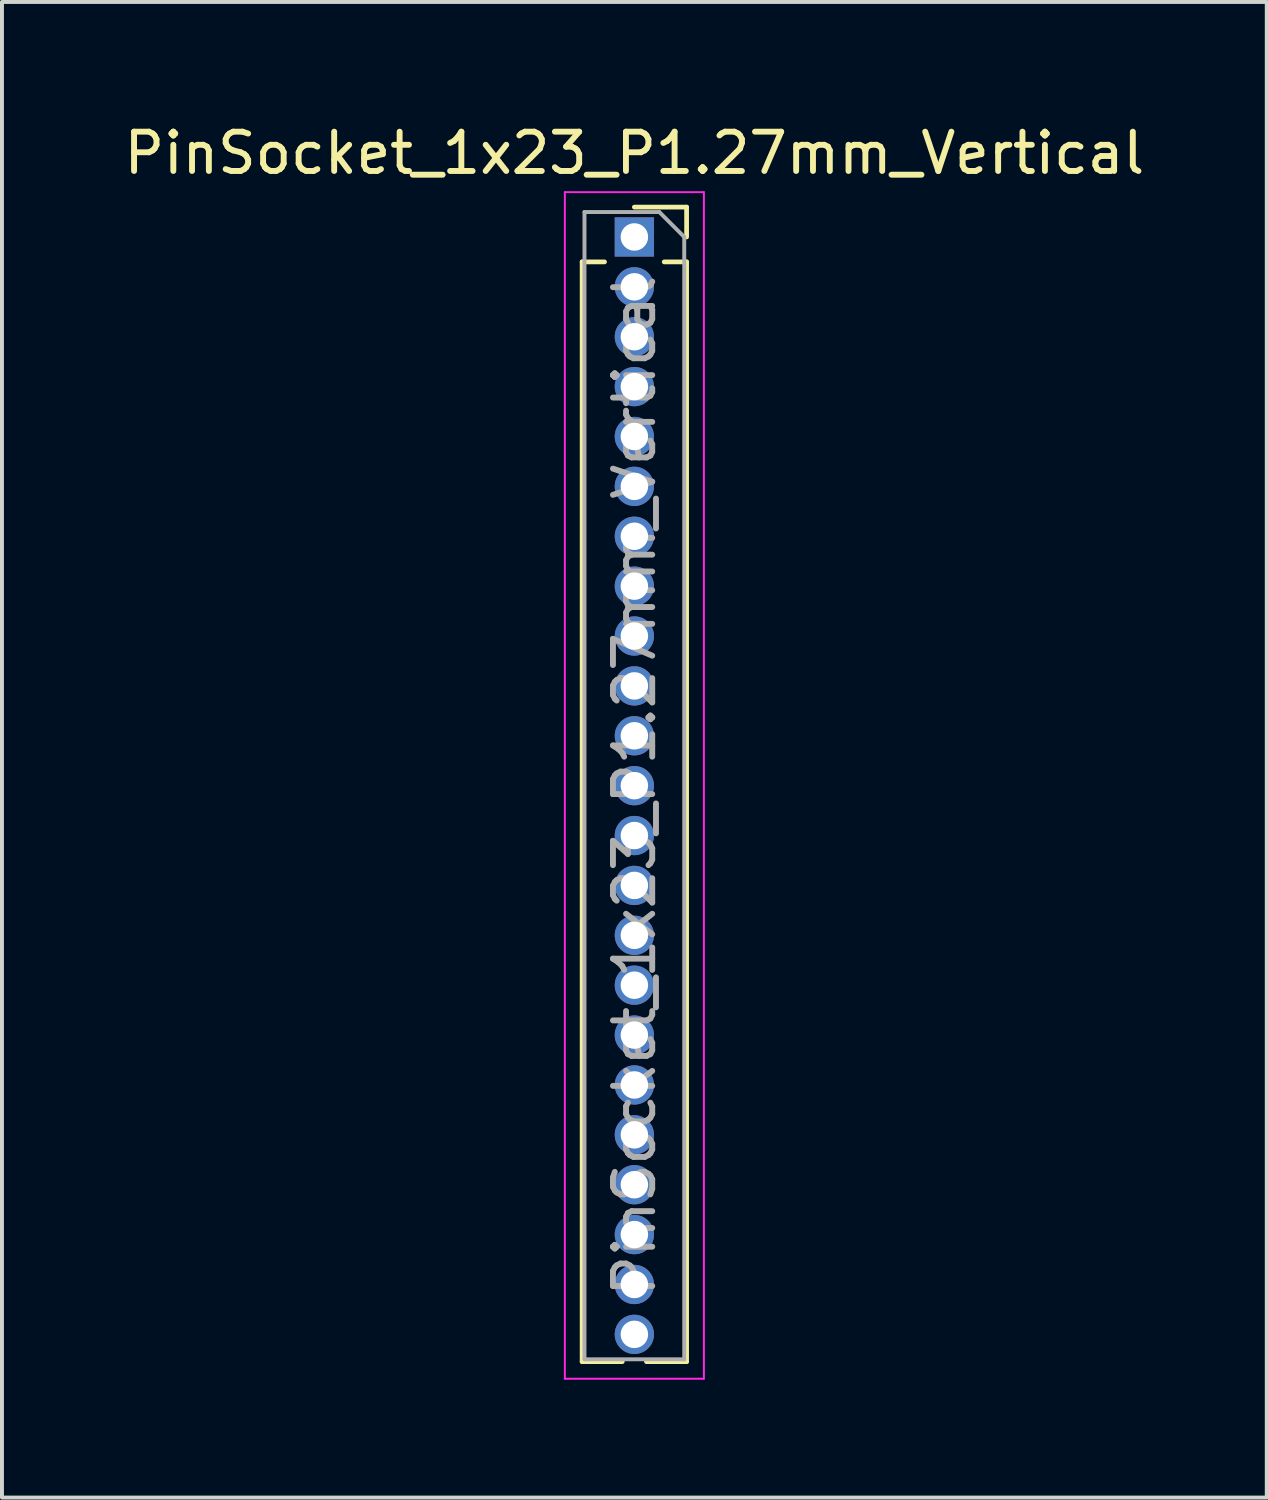
<source format=kicad_pcb>
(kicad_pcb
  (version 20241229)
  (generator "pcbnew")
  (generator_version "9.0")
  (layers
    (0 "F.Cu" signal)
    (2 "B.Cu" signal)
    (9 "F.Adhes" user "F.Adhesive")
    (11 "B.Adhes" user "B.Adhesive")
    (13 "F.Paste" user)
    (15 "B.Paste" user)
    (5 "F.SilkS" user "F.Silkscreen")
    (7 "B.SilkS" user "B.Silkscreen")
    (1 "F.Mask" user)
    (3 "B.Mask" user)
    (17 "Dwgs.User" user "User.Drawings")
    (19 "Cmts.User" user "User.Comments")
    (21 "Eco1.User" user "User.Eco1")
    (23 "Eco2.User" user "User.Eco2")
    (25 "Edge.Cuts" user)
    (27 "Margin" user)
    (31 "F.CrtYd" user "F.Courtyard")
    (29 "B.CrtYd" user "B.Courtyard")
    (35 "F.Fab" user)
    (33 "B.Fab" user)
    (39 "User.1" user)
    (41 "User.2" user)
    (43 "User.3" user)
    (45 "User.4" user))
  (footprint "PinSocket_1x23_P1.27mm_Vertical"
    (layer "F.Cu")
    (at 13.101 2.983)
    (property "Reference" "PinSocket_1x23_P1.27mm_Vertical" (at 0 -2.135 0) (layer "F.SilkS") (effects (font (size 1 1) (thickness 0.15))))
    (attr through_hole)
    (fp_line (start -1.33 0.635) (end -1.33 28.635) (stroke (width 0.12) (type solid)) (layer "F.SilkS"))
    (fp_line (start -1.33 0.635) (end -0.76 0.635) (stroke (width 0.12) (type solid)) (layer "F.SilkS"))
    (fp_line (start -1.33 28.635) (end -0.308 28.635) (stroke (width 0.12) (type solid)) (layer "F.SilkS"))
    (fp_line (start 0 -0.76) (end 1.33 -0.76) (stroke (width 0.12) (type solid)) (layer "F.SilkS"))
    (fp_line (start 0.308 28.635) (end 1.33 28.635) (stroke (width 0.12) (type solid)) (layer "F.SilkS"))
    (fp_line (start 0.76 0.635) (end 1.33 0.635) (stroke (width 0.12) (type solid)) (layer "F.SilkS"))
    (fp_line (start 1.33 -0.76) (end 1.33 0) (stroke (width 0.12) (type solid)) (layer "F.SilkS"))
    (fp_line (start 1.33 0.635) (end 1.33 28.635) (stroke (width 0.12) (type solid)) (layer "F.SilkS"))
    (fp_line (start -1.77 -1.14) (end 1.77 -1.14) (stroke (width 0.05) (type solid)) (layer "F.CrtYd"))
    (fp_line (start -1.77 29.07) (end -1.77 -1.14) (stroke (width 0.05) (type solid)) (layer "F.CrtYd"))
    (fp_line (start 1.77 -1.14) (end 1.77 29.07) (stroke (width 0.05) (type solid)) (layer "F.CrtYd"))
    (fp_line (start 1.77 29.07) (end -1.77 29.07) (stroke (width 0.05) (type solid)) (layer "F.CrtYd"))
    (fp_line (start -1.27 -0.635) (end 0.635 -0.635) (stroke (width 0.1) (type solid)) (layer "F.Fab"))
    (fp_line (start -1.27 28.575) (end -1.27 -0.635) (stroke (width 0.1) (type solid)) (layer "F.Fab"))
    (fp_line (start 0.635 -0.635) (end 1.27 0) (stroke (width 0.1) (type solid)) (layer "F.Fab"))
    (fp_line (start 1.27 0) (end 1.27 28.575) (stroke (width 0.1) (type solid)) (layer "F.Fab"))
    (fp_line (start 1.27 28.575) (end -1.27 28.575) (stroke (width 0.1) (type solid)) (layer "F.Fab"))
    (fp_text user "${REFERENCE}" (at 0 13.97 90) (layer "F.Fab") (effects (font (size 1 1) (thickness 0.15))))
    (pad "1" thru_hole rect (at 0 0) (size 1 1) (drill 0.7) (layers "*.Cu" "*.Mask"))
    (pad "2" thru_hole circle (at 0 1.27) (size 1 1) (drill 0.7) (layers "*.Cu" "*.Mask"))
    (pad "3" thru_hole circle (at 0 2.54) (size 1 1) (drill 0.7) (layers "*.Cu" "*.Mask"))
    (pad "4" thru_hole circle (at 0 3.81) (size 1 1) (drill 0.7) (layers "*.Cu" "*.Mask"))
    (pad "5" thru_hole circle (at 0 5.08) (size 1 1) (drill 0.7) (layers "*.Cu" "*.Mask"))
    (pad "6" thru_hole circle (at 0 6.35) (size 1 1) (drill 0.7) (layers "*.Cu" "*.Mask"))
    (pad "7" thru_hole circle (at 0 7.62) (size 1 1) (drill 0.7) (layers "*.Cu" "*.Mask"))
    (pad "8" thru_hole circle (at 0 8.89) (size 1 1) (drill 0.7) (layers "*.Cu" "*.Mask"))
    (pad "9" thru_hole circle (at 0 10.16) (size 1 1) (drill 0.7) (layers "*.Cu" "*.Mask"))
    (pad "10" thru_hole circle (at 0 11.43) (size 1 1) (drill 0.7) (layers "*.Cu" "*.Mask"))
    (pad "11" thru_hole circle (at 0 12.7) (size 1 1) (drill 0.7) (layers "*.Cu" "*.Mask"))
    (pad "12" thru_hole circle (at 0 13.97) (size 1 1) (drill 0.7) (layers "*.Cu" "*.Mask"))
    (pad "13" thru_hole circle (at 0 15.24) (size 1 1) (drill 0.7) (layers "*.Cu" "*.Mask"))
    (pad "14" thru_hole circle (at 0 16.51) (size 1 1) (drill 0.7) (layers "*.Cu" "*.Mask"))
    (pad "15" thru_hole circle (at 0 17.78) (size 1 1) (drill 0.7) (layers "*.Cu" "*.Mask"))
    (pad "16" thru_hole circle (at 0 19.05) (size 1 1) (drill 0.7) (layers "*.Cu" "*.Mask"))
    (pad "17" thru_hole circle (at 0 20.32) (size 1 1) (drill 0.7) (layers "*.Cu" "*.Mask"))
    (pad "18" thru_hole circle (at 0 21.59) (size 1 1) (drill 0.7) (layers "*.Cu" "*.Mask"))
    (pad "19" thru_hole circle (at 0 22.86) (size 1 1) (drill 0.7) (layers "*.Cu" "*.Mask"))
    (pad "20" thru_hole circle (at 0 24.13) (size 1 1) (drill 0.7) (layers "*.Cu" "*.Mask"))
    (pad "21" thru_hole circle (at 0 25.4) (size 1 1) (drill 0.7) (layers "*.Cu" "*.Mask"))
    (pad "22" thru_hole circle (at 0 26.67) (size 1 1) (drill 0.7) (layers "*.Cu" "*.Mask"))
    (pad "23" thru_hole circle (at 0 27.94) (size 1 1) (drill 0.7) (layers "*.Cu" "*.Mask")))
  (gr_rect
    (start -3 -3)
    (end 29.202 35.078)
    (stroke (width 0.1) (type default))
    (fill no)
    (layer "Edge.Cuts")))
</source>
